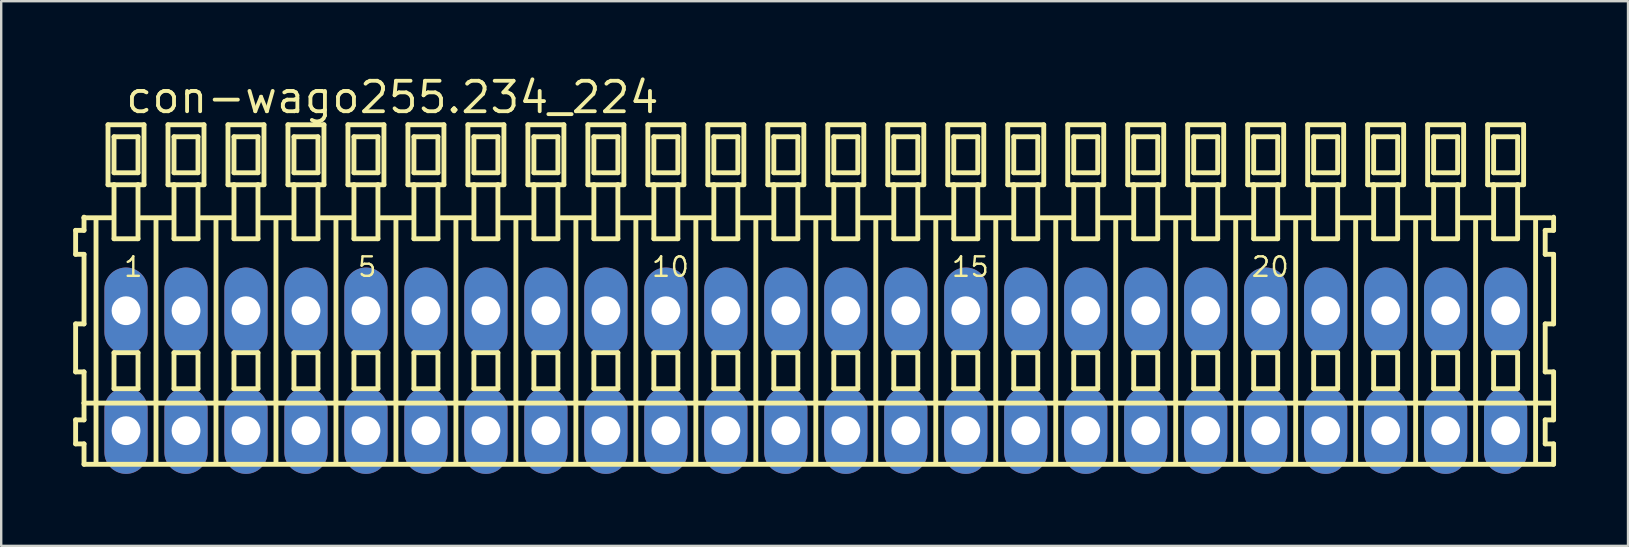
<source format=kicad_pcb>
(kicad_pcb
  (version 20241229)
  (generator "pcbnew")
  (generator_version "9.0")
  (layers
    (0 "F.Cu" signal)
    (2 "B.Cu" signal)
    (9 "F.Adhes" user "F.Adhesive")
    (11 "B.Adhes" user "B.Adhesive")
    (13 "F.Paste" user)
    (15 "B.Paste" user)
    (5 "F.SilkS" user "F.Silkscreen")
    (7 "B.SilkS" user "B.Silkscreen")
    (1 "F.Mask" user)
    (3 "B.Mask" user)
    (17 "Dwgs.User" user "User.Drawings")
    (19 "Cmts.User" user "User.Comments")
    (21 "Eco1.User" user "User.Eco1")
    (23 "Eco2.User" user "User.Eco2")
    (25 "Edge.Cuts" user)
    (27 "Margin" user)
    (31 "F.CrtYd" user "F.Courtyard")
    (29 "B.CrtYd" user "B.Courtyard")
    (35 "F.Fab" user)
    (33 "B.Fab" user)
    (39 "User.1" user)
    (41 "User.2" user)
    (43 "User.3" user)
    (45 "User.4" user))
  (footprint "con-wago255.234_224"
    (layer "F.Cu")
    (at 30.952 12.4)
    (property "Reference" "con-wago255.234_224" (at -28.85 -10.65 0) (layer "F.SilkS") (effects (font (size 1.27 1.27) (thickness 0.16)) (justify left bottom)))
    (attr through_hole)
    (fp_line (start -30.85 -5.85) (end -30.85 -4.85) (stroke (width 0.203) (type default)) (layer "F.SilkS"))
    (fp_line (start -30.85 -4.85) (end -30.5 -4.85) (stroke (width 0.203) (type default)) (layer "F.SilkS"))
    (fp_line (start -30.85 -1.95) (end -30.85 0.05) (stroke (width 0.203) (type default)) (layer "F.SilkS"))
    (fp_line (start -30.85 0.05) (end -30.5 0.05) (stroke (width 0.203) (type default)) (layer "F.SilkS"))
    (fp_line (start -30.85 2.05) (end -30.85 3.05) (stroke (width 0.203) (type default)) (layer "F.SilkS"))
    (fp_line (start -30.85 3.05) (end -30.5 3.05) (stroke (width 0.203) (type default)) (layer "F.SilkS"))
    (fp_line (start -30.5 -6.4) (end -30.5 -6.375) (stroke (width 0.203) (type default)) (layer "F.SilkS"))
    (fp_line (start -30.5 -6.375) (end -30.5 -5.85) (stroke (width 0.203) (type default)) (layer "F.SilkS"))
    (fp_line (start -30.5 -6.375) (end -29.375 -6.375) (stroke (width 0.203) (type default)) (layer "F.SilkS"))
    (fp_line (start -30.5 -5.85) (end -30.85 -5.85) (stroke (width 0.203) (type default)) (layer "F.SilkS"))
    (fp_line (start -30.5 -4.85) (end -30.5 -1.95) (stroke (width 0.203) (type default)) (layer "F.SilkS"))
    (fp_line (start -30.5 -1.95) (end -30.85 -1.95) (stroke (width 0.203) (type default)) (layer "F.SilkS"))
    (fp_line (start -30.5 0.05) (end -30.5 1.35) (stroke (width 0.203) (type default)) (layer "F.SilkS"))
    (fp_line (start -30.5 1.35) (end -30.5 2.05) (stroke (width 0.203) (type default)) (layer "F.SilkS"))
    (fp_line (start -30.5 1.35) (end 30.75 1.35) (stroke (width 0.203) (type default)) (layer "F.SilkS"))
    (fp_line (start -30.5 2.05) (end -30.85 2.05) (stroke (width 0.203) (type default)) (layer "F.SilkS"))
    (fp_line (start -30.5 3.05) (end -30.5 3.9) (stroke (width 0.203) (type default)) (layer "F.SilkS"))
    (fp_line (start -30.5 3.9) (end 30.75 3.9) (stroke (width 0.203) (type default)) (layer "F.SilkS"))
    (fp_line (start -30 -6.35) (end -30 3.8) (stroke (width 0.203) (type default)) (layer "F.SilkS"))
    (fp_line (start -29.5 -10.25) (end -29.5 -7.75) (stroke (width 0.203) (type default)) (layer "F.SilkS"))
    (fp_line (start -29.5 -7.75) (end -29.25 -7.75) (stroke (width 0.203) (type default)) (layer "F.SilkS"))
    (fp_line (start -29.25 -9.75) (end -29.25 -8.25) (stroke (width 0.203) (type default)) (layer "F.SilkS"))
    (fp_line (start -29.25 -8.25) (end -28.25 -8.25) (stroke (width 0.203) (type default)) (layer "F.SilkS"))
    (fp_line (start -29.25 -7.75) (end -29.25 -5.5) (stroke (width 0.203) (type default)) (layer "F.SilkS"))
    (fp_line (start -29.25 -7.75) (end -28.25 -7.75) (stroke (width 0.203) (type default)) (layer "F.SilkS"))
    (fp_line (start -29.25 -5.5) (end -28.25 -5.5) (stroke (width 0.203) (type default)) (layer "F.SilkS"))
    (fp_line (start -29.25 -0.75) (end -29.25 0.75) (stroke (width 0.203) (type default)) (layer "F.SilkS"))
    (fp_line (start -29.25 0.75) (end -28.25 0.75) (stroke (width 0.203) (type default)) (layer "F.SilkS"))
    (fp_line (start -28.25 -9.75) (end -29.25 -9.75) (stroke (width 0.203) (type default)) (layer "F.SilkS"))
    (fp_line (start -28.25 -8.25) (end -28.25 -9.75) (stroke (width 0.203) (type default)) (layer "F.SilkS"))
    (fp_line (start -28.25 -7.75) (end -28 -7.75) (stroke (width 0.203) (type default)) (layer "F.SilkS"))
    (fp_line (start -28.25 -5.5) (end -28.25 -7.75) (stroke (width 0.203) (type default)) (layer "F.SilkS"))
    (fp_line (start -28.25 -0.75) (end -29.25 -0.75) (stroke (width 0.203) (type default)) (layer "F.SilkS"))
    (fp_line (start -28.25 0.75) (end -28.25 -0.75) (stroke (width 0.203) (type default)) (layer "F.SilkS"))
    (fp_line (start -28.125 -6.375) (end -26.875 -6.375) (stroke (width 0.203) (type default)) (layer "F.SilkS"))
    (fp_line (start -28 -10.25) (end -29.5 -10.25) (stroke (width 0.203) (type default)) (layer "F.SilkS"))
    (fp_line (start -28 -7.75) (end -28 -10.25) (stroke (width 0.203) (type default)) (layer "F.SilkS"))
    (fp_line (start -27.5 -6.35) (end -27.5 3.8) (stroke (width 0.203) (type default)) (layer "F.SilkS"))
    (fp_line (start -27 -10.25) (end -27 -7.75) (stroke (width 0.203) (type default)) (layer "F.SilkS"))
    (fp_line (start -27 -7.75) (end -26.75 -7.75) (stroke (width 0.203) (type default)) (layer "F.SilkS"))
    (fp_line (start -26.75 -9.75) (end -26.75 -8.25) (stroke (width 0.203) (type default)) (layer "F.SilkS"))
    (fp_line (start -26.75 -8.25) (end -25.75 -8.25) (stroke (width 0.203) (type default)) (layer "F.SilkS"))
    (fp_line (start -26.75 -7.75) (end -26.75 -5.5) (stroke (width 0.203) (type default)) (layer "F.SilkS"))
    (fp_line (start -26.75 -7.75) (end -25.75 -7.75) (stroke (width 0.203) (type default)) (layer "F.SilkS"))
    (fp_line (start -26.75 -5.5) (end -25.75 -5.5) (stroke (width 0.203) (type default)) (layer "F.SilkS"))
    (fp_line (start -26.75 -0.75) (end -26.75 0.75) (stroke (width 0.203) (type default)) (layer "F.SilkS"))
    (fp_line (start -26.75 0.75) (end -25.75 0.75) (stroke (width 0.203) (type default)) (layer "F.SilkS"))
    (fp_line (start -25.75 -9.75) (end -26.75 -9.75) (stroke (width 0.203) (type default)) (layer "F.SilkS"))
    (fp_line (start -25.75 -8.25) (end -25.75 -9.75) (stroke (width 0.203) (type default)) (layer "F.SilkS"))
    (fp_line (start -25.75 -7.75) (end -25.5 -7.75) (stroke (width 0.203) (type default)) (layer "F.SilkS"))
    (fp_line (start -25.75 -5.5) (end -25.75 -7.75) (stroke (width 0.203) (type default)) (layer "F.SilkS"))
    (fp_line (start -25.75 -0.75) (end -26.75 -0.75) (stroke (width 0.203) (type default)) (layer "F.SilkS"))
    (fp_line (start -25.75 0.75) (end -25.75 -0.75) (stroke (width 0.203) (type default)) (layer "F.SilkS"))
    (fp_line (start -25.625 -6.375) (end -24.375 -6.375) (stroke (width 0.203) (type default)) (layer "F.SilkS"))
    (fp_line (start -25.5 -10.25) (end -27 -10.25) (stroke (width 0.203) (type default)) (layer "F.SilkS"))
    (fp_line (start -25.5 -7.75) (end -25.5 -10.25) (stroke (width 0.203) (type default)) (layer "F.SilkS"))
    (fp_line (start -25 -6.35) (end -25 3.8) (stroke (width 0.203) (type default)) (layer "F.SilkS"))
    (fp_line (start -24.5 -10.25) (end -24.5 -7.75) (stroke (width 0.203) (type default)) (layer "F.SilkS"))
    (fp_line (start -24.5 -7.75) (end -24.25 -7.75) (stroke (width 0.203) (type default)) (layer "F.SilkS"))
    (fp_line (start -24.25 -9.75) (end -24.25 -8.25) (stroke (width 0.203) (type default)) (layer "F.SilkS"))
    (fp_line (start -24.25 -8.25) (end -23.25 -8.25) (stroke (width 0.203) (type default)) (layer "F.SilkS"))
    (fp_line (start -24.25 -7.75) (end -24.25 -5.5) (stroke (width 0.203) (type default)) (layer "F.SilkS"))
    (fp_line (start -24.25 -7.75) (end -23.25 -7.75) (stroke (width 0.203) (type default)) (layer "F.SilkS"))
    (fp_line (start -24.25 -5.5) (end -23.25 -5.5) (stroke (width 0.203) (type default)) (layer "F.SilkS"))
    (fp_line (start -24.25 -0.75) (end -24.25 0.75) (stroke (width 0.203) (type default)) (layer "F.SilkS"))
    (fp_line (start -24.25 0.75) (end -23.25 0.75) (stroke (width 0.203) (type default)) (layer "F.SilkS"))
    (fp_line (start -23.25 -9.75) (end -24.25 -9.75) (stroke (width 0.203) (type default)) (layer "F.SilkS"))
    (fp_line (start -23.25 -8.25) (end -23.25 -9.75) (stroke (width 0.203) (type default)) (layer "F.SilkS"))
    (fp_line (start -23.25 -7.75) (end -23 -7.75) (stroke (width 0.203) (type default)) (layer "F.SilkS"))
    (fp_line (start -23.25 -5.5) (end -23.25 -7.75) (stroke (width 0.203) (type default)) (layer "F.SilkS"))
    (fp_line (start -23.25 -0.75) (end -24.25 -0.75) (stroke (width 0.203) (type default)) (layer "F.SilkS"))
    (fp_line (start -23.25 0.75) (end -23.25 -0.75) (stroke (width 0.203) (type default)) (layer "F.SilkS"))
    (fp_line (start -23.125 -6.375) (end -21.875 -6.375) (stroke (width 0.203) (type default)) (layer "F.SilkS"))
    (fp_line (start -23 -10.25) (end -24.5 -10.25) (stroke (width 0.203) (type default)) (layer "F.SilkS"))
    (fp_line (start -23 -7.75) (end -23 -10.25) (stroke (width 0.203) (type default)) (layer "F.SilkS"))
    (fp_line (start -22.5 -6.35) (end -22.5 3.8) (stroke (width 0.203) (type default)) (layer "F.SilkS"))
    (fp_line (start -22 -10.25) (end -22 -7.75) (stroke (width 0.203) (type default)) (layer "F.SilkS"))
    (fp_line (start -22 -7.75) (end -21.75 -7.75) (stroke (width 0.203) (type default)) (layer "F.SilkS"))
    (fp_line (start -21.75 -9.75) (end -21.75 -8.25) (stroke (width 0.203) (type default)) (layer "F.SilkS"))
    (fp_line (start -21.75 -8.25) (end -20.75 -8.25) (stroke (width 0.203) (type default)) (layer "F.SilkS"))
    (fp_line (start -21.75 -7.75) (end -21.75 -5.5) (stroke (width 0.203) (type default)) (layer "F.SilkS"))
    (fp_line (start -21.75 -7.75) (end -20.75 -7.75) (stroke (width 0.203) (type default)) (layer "F.SilkS"))
    (fp_line (start -21.75 -5.5) (end -20.75 -5.5) (stroke (width 0.203) (type default)) (layer "F.SilkS"))
    (fp_line (start -21.75 -0.75) (end -21.75 0.75) (stroke (width 0.203) (type default)) (layer "F.SilkS"))
    (fp_line (start -21.75 0.75) (end -20.75 0.75) (stroke (width 0.203) (type default)) (layer "F.SilkS"))
    (fp_line (start -20.75 -9.75) (end -21.75 -9.75) (stroke (width 0.203) (type default)) (layer "F.SilkS"))
    (fp_line (start -20.75 -8.25) (end -20.75 -9.75) (stroke (width 0.203) (type default)) (layer "F.SilkS"))
    (fp_line (start -20.75 -7.75) (end -20.5 -7.75) (stroke (width 0.203) (type default)) (layer "F.SilkS"))
    (fp_line (start -20.75 -5.5) (end -20.75 -7.75) (stroke (width 0.203) (type default)) (layer "F.SilkS"))
    (fp_line (start -20.75 -0.75) (end -21.75 -0.75) (stroke (width 0.203) (type default)) (layer "F.SilkS"))
    (fp_line (start -20.75 0.75) (end -20.75 -0.75) (stroke (width 0.203) (type default)) (layer "F.SilkS"))
    (fp_line (start -20.625 -6.375) (end -19.375 -6.375) (stroke (width 0.203) (type default)) (layer "F.SilkS"))
    (fp_line (start -20.5 -10.25) (end -22 -10.25) (stroke (width 0.203) (type default)) (layer "F.SilkS"))
    (fp_line (start -20.5 -7.75) (end -20.5 -10.25) (stroke (width 0.203) (type default)) (layer "F.SilkS"))
    (fp_line (start -20 -6.35) (end -20 3.8) (stroke (width 0.203) (type default)) (layer "F.SilkS"))
    (fp_line (start -19.5 -10.25) (end -19.5 -7.75) (stroke (width 0.203) (type default)) (layer "F.SilkS"))
    (fp_line (start -19.5 -7.75) (end -19.25 -7.75) (stroke (width 0.203) (type default)) (layer "F.SilkS"))
    (fp_line (start -19.25 -9.75) (end -19.25 -8.25) (stroke (width 0.203) (type default)) (layer "F.SilkS"))
    (fp_line (start -19.25 -8.25) (end -18.25 -8.25) (stroke (width 0.203) (type default)) (layer "F.SilkS"))
    (fp_line (start -19.25 -7.75) (end -19.25 -5.5) (stroke (width 0.203) (type default)) (layer "F.SilkS"))
    (fp_line (start -19.25 -7.75) (end -18.25 -7.75) (stroke (width 0.203) (type default)) (layer "F.SilkS"))
    (fp_line (start -19.25 -5.5) (end -18.25 -5.5) (stroke (width 0.203) (type default)) (layer "F.SilkS"))
    (fp_line (start -19.25 -0.75) (end -19.25 0.75) (stroke (width 0.203) (type default)) (layer "F.SilkS"))
    (fp_line (start -19.25 0.75) (end -18.25 0.75) (stroke (width 0.203) (type default)) (layer "F.SilkS"))
    (fp_line (start -18.25 -9.75) (end -19.25 -9.75) (stroke (width 0.203) (type default)) (layer "F.SilkS"))
    (fp_line (start -18.25 -8.25) (end -18.25 -9.75) (stroke (width 0.203) (type default)) (layer "F.SilkS"))
    (fp_line (start -18.25 -7.75) (end -18 -7.75) (stroke (width 0.203) (type default)) (layer "F.SilkS"))
    (fp_line (start -18.25 -5.5) (end -18.25 -7.75) (stroke (width 0.203) (type default)) (layer "F.SilkS"))
    (fp_line (start -18.25 -0.75) (end -19.25 -0.75) (stroke (width 0.203) (type default)) (layer "F.SilkS"))
    (fp_line (start -18.25 0.75) (end -18.25 -0.75) (stroke (width 0.203) (type default)) (layer "F.SilkS"))
    (fp_line (start -18.125 -6.375) (end -16.875 -6.375) (stroke (width 0.203) (type default)) (layer "F.SilkS"))
    (fp_line (start -18 -10.25) (end -19.5 -10.25) (stroke (width 0.203) (type default)) (layer "F.SilkS"))
    (fp_line (start -18 -7.75) (end -18 -10.25) (stroke (width 0.203) (type default)) (layer "F.SilkS"))
    (fp_line (start -17.5 -6.35) (end -17.5 3.8) (stroke (width 0.203) (type default)) (layer "F.SilkS"))
    (fp_line (start -17 -10.25) (end -17 -7.75) (stroke (width 0.203) (type default)) (layer "F.SilkS"))
    (fp_line (start -17 -7.75) (end -16.75 -7.75) (stroke (width 0.203) (type default)) (layer "F.SilkS"))
    (fp_line (start -16.75 -9.75) (end -16.75 -8.25) (stroke (width 0.203) (type default)) (layer "F.SilkS"))
    (fp_line (start -16.75 -8.25) (end -15.75 -8.25) (stroke (width 0.203) (type default)) (layer "F.SilkS"))
    (fp_line (start -16.75 -7.75) (end -16.75 -5.5) (stroke (width 0.203) (type default)) (layer "F.SilkS"))
    (fp_line (start -16.75 -7.75) (end -15.75 -7.75) (stroke (width 0.203) (type default)) (layer "F.SilkS"))
    (fp_line (start -16.75 -5.5) (end -15.75 -5.5) (stroke (width 0.203) (type default)) (layer "F.SilkS"))
    (fp_line (start -16.75 -0.75) (end -16.75 0.75) (stroke (width 0.203) (type default)) (layer "F.SilkS"))
    (fp_line (start -16.75 0.75) (end -15.75 0.75) (stroke (width 0.203) (type default)) (layer "F.SilkS"))
    (fp_line (start -15.75 -9.75) (end -16.75 -9.75) (stroke (width 0.203) (type default)) (layer "F.SilkS"))
    (fp_line (start -15.75 -8.25) (end -15.75 -9.75) (stroke (width 0.203) (type default)) (layer "F.SilkS"))
    (fp_line (start -15.75 -7.75) (end -15.5 -7.75) (stroke (width 0.203) (type default)) (layer "F.SilkS"))
    (fp_line (start -15.75 -5.5) (end -15.75 -7.75) (stroke (width 0.203) (type default)) (layer "F.SilkS"))
    (fp_line (start -15.75 -0.75) (end -16.75 -0.75) (stroke (width 0.203) (type default)) (layer "F.SilkS"))
    (fp_line (start -15.75 0.75) (end -15.75 -0.75) (stroke (width 0.203) (type default)) (layer "F.SilkS"))
    (fp_line (start -15.625 -6.375) (end -14.375 -6.375) (stroke (width 0.203) (type default)) (layer "F.SilkS"))
    (fp_line (start -15.5 -10.25) (end -17 -10.25) (stroke (width 0.203) (type default)) (layer "F.SilkS"))
    (fp_line (start -15.5 -7.75) (end -15.5 -10.25) (stroke (width 0.203) (type default)) (layer "F.SilkS"))
    (fp_line (start -15 -6.35) (end -15 3.8) (stroke (width 0.203) (type default)) (layer "F.SilkS"))
    (fp_line (start -14.5 -10.25) (end -14.5 -7.75) (stroke (width 0.203) (type default)) (layer "F.SilkS"))
    (fp_line (start -14.5 -7.75) (end -14.25 -7.75) (stroke (width 0.203) (type default)) (layer "F.SilkS"))
    (fp_line (start -14.25 -9.75) (end -14.25 -8.25) (stroke (width 0.203) (type default)) (layer "F.SilkS"))
    (fp_line (start -14.25 -8.25) (end -13.25 -8.25) (stroke (width 0.203) (type default)) (layer "F.SilkS"))
    (fp_line (start -14.25 -7.75) (end -14.25 -5.5) (stroke (width 0.203) (type default)) (layer "F.SilkS"))
    (fp_line (start -14.25 -7.75) (end -13.25 -7.75) (stroke (width 0.203) (type default)) (layer "F.SilkS"))
    (fp_line (start -14.25 -5.5) (end -13.25 -5.5) (stroke (width 0.203) (type default)) (layer "F.SilkS"))
    (fp_line (start -14.25 -0.75) (end -14.25 0.75) (stroke (width 0.203) (type default)) (layer "F.SilkS"))
    (fp_line (start -14.25 0.75) (end -13.25 0.75) (stroke (width 0.203) (type default)) (layer "F.SilkS"))
    (fp_line (start -13.25 -9.75) (end -14.25 -9.75) (stroke (width 0.203) (type default)) (layer "F.SilkS"))
    (fp_line (start -13.25 -8.25) (end -13.25 -9.75) (stroke (width 0.203) (type default)) (layer "F.SilkS"))
    (fp_line (start -13.25 -7.75) (end -13 -7.75) (stroke (width 0.203) (type default)) (layer "F.SilkS"))
    (fp_line (start -13.25 -5.5) (end -13.25 -7.75) (stroke (width 0.203) (type default)) (layer "F.SilkS"))
    (fp_line (start -13.25 -0.75) (end -14.25 -0.75) (stroke (width 0.203) (type default)) (layer "F.SilkS"))
    (fp_line (start -13.25 0.75) (end -13.25 -0.75) (stroke (width 0.203) (type default)) (layer "F.SilkS"))
    (fp_line (start -13.125 -6.375) (end -11.875 -6.375) (stroke (width 0.203) (type default)) (layer "F.SilkS"))
    (fp_line (start -13 -10.25) (end -14.5 -10.25) (stroke (width 0.203) (type default)) (layer "F.SilkS"))
    (fp_line (start -13 -7.75) (end -13 -10.25) (stroke (width 0.203) (type default)) (layer "F.SilkS"))
    (fp_line (start -12.5 -6.35) (end -12.5 3.8) (stroke (width 0.203) (type default)) (layer "F.SilkS"))
    (fp_line (start -12 -10.25) (end -12 -7.75) (stroke (width 0.203) (type default)) (layer "F.SilkS"))
    (fp_line (start -12 -7.75) (end -11.75 -7.75) (stroke (width 0.203) (type default)) (layer "F.SilkS"))
    (fp_line (start -11.75 -9.75) (end -11.75 -8.25) (stroke (width 0.203) (type default)) (layer "F.SilkS"))
    (fp_line (start -11.75 -8.25) (end -10.75 -8.25) (stroke (width 0.203) (type default)) (layer "F.SilkS"))
    (fp_line (start -11.75 -7.75) (end -11.75 -5.5) (stroke (width 0.203) (type default)) (layer "F.SilkS"))
    (fp_line (start -11.75 -7.75) (end -10.75 -7.75) (stroke (width 0.203) (type default)) (layer "F.SilkS"))
    (fp_line (start -11.75 -5.5) (end -10.75 -5.5) (stroke (width 0.203) (type default)) (layer "F.SilkS"))
    (fp_line (start -11.75 -0.75) (end -11.75 0.75) (stroke (width 0.203) (type default)) (layer "F.SilkS"))
    (fp_line (start -11.75 0.75) (end -10.75 0.75) (stroke (width 0.203) (type default)) (layer "F.SilkS"))
    (fp_line (start -10.75 -9.75) (end -11.75 -9.75) (stroke (width 0.203) (type default)) (layer "F.SilkS"))
    (fp_line (start -10.75 -8.25) (end -10.75 -9.75) (stroke (width 0.203) (type default)) (layer "F.SilkS"))
    (fp_line (start -10.75 -7.75) (end -10.5 -7.75) (stroke (width 0.203) (type default)) (layer "F.SilkS"))
    (fp_line (start -10.75 -5.5) (end -10.75 -7.75) (stroke (width 0.203) (type default)) (layer "F.SilkS"))
    (fp_line (start -10.75 -0.75) (end -11.75 -0.75) (stroke (width 0.203) (type default)) (layer "F.SilkS"))
    (fp_line (start -10.75 0.75) (end -10.75 -0.75) (stroke (width 0.203) (type default)) (layer "F.SilkS"))
    (fp_line (start -10.625 -6.375) (end -9.375 -6.375) (stroke (width 0.203) (type default)) (layer "F.SilkS"))
    (fp_line (start -10.5 -10.25) (end -12 -10.25) (stroke (width 0.203) (type default)) (layer "F.SilkS"))
    (fp_line (start -10.5 -7.75) (end -10.5 -10.25) (stroke (width 0.203) (type default)) (layer "F.SilkS"))
    (fp_line (start -10 -6.35) (end -10 3.8) (stroke (width 0.203) (type default)) (layer "F.SilkS"))
    (fp_line (start -9.5 -10.25) (end -9.5 -7.75) (stroke (width 0.203) (type default)) (layer "F.SilkS"))
    (fp_line (start -9.5 -7.75) (end -9.25 -7.75) (stroke (width 0.203) (type default)) (layer "F.SilkS"))
    (fp_line (start -9.25 -9.75) (end -9.25 -8.25) (stroke (width 0.203) (type default)) (layer "F.SilkS"))
    (fp_line (start -9.25 -8.25) (end -8.25 -8.25) (stroke (width 0.203) (type default)) (layer "F.SilkS"))
    (fp_line (start -9.25 -7.75) (end -9.25 -5.5) (stroke (width 0.203) (type default)) (layer "F.SilkS"))
    (fp_line (start -9.25 -7.75) (end -8.25 -7.75) (stroke (width 0.203) (type default)) (layer "F.SilkS"))
    (fp_line (start -9.25 -5.5) (end -8.25 -5.5) (stroke (width 0.203) (type default)) (layer "F.SilkS"))
    (fp_line (start -9.25 -0.75) (end -9.25 0.75) (stroke (width 0.203) (type default)) (layer "F.SilkS"))
    (fp_line (start -9.25 0.75) (end -8.25 0.75) (stroke (width 0.203) (type default)) (layer "F.SilkS"))
    (fp_line (start -8.25 -9.75) (end -9.25 -9.75) (stroke (width 0.203) (type default)) (layer "F.SilkS"))
    (fp_line (start -8.25 -8.25) (end -8.25 -9.75) (stroke (width 0.203) (type default)) (layer "F.SilkS"))
    (fp_line (start -8.25 -7.75) (end -8 -7.75) (stroke (width 0.203) (type default)) (layer "F.SilkS"))
    (fp_line (start -8.25 -5.5) (end -8.25 -7.75) (stroke (width 0.203) (type default)) (layer "F.SilkS"))
    (fp_line (start -8.25 -0.75) (end -9.25 -0.75) (stroke (width 0.203) (type default)) (layer "F.SilkS"))
    (fp_line (start -8.25 0.75) (end -8.25 -0.75) (stroke (width 0.203) (type default)) (layer "F.SilkS"))
    (fp_line (start -8.125 -6.375) (end -6.875 -6.375) (stroke (width 0.203) (type default)) (layer "F.SilkS"))
    (fp_line (start -8 -10.25) (end -9.5 -10.25) (stroke (width 0.203) (type default)) (layer "F.SilkS"))
    (fp_line (start -8 -7.75) (end -8 -10.25) (stroke (width 0.203) (type default)) (layer "F.SilkS"))
    (fp_line (start -7.5 -6.35) (end -7.5 3.8) (stroke (width 0.203) (type default)) (layer "F.SilkS"))
    (fp_line (start -7 -10.25) (end -7 -7.75) (stroke (width 0.203) (type default)) (layer "F.SilkS"))
    (fp_line (start -7 -7.75) (end -6.75 -7.75) (stroke (width 0.203) (type default)) (layer "F.SilkS"))
    (fp_line (start -6.75 -9.75) (end -6.75 -8.25) (stroke (width 0.203) (type default)) (layer "F.SilkS"))
    (fp_line (start -6.75 -8.25) (end -5.75 -8.25) (stroke (width 0.203) (type default)) (layer "F.SilkS"))
    (fp_line (start -6.75 -7.75) (end -6.75 -5.5) (stroke (width 0.203) (type default)) (layer "F.SilkS"))
    (fp_line (start -6.75 -7.75) (end -5.75 -7.75) (stroke (width 0.203) (type default)) (layer "F.SilkS"))
    (fp_line (start -6.75 -5.5) (end -5.75 -5.5) (stroke (width 0.203) (type default)) (layer "F.SilkS"))
    (fp_line (start -6.75 -0.75) (end -6.75 0.75) (stroke (width 0.203) (type default)) (layer "F.SilkS"))
    (fp_line (start -6.75 0.75) (end -5.75 0.75) (stroke (width 0.203) (type default)) (layer "F.SilkS"))
    (fp_line (start -5.75 -9.75) (end -6.75 -9.75) (stroke (width 0.203) (type default)) (layer "F.SilkS"))
    (fp_line (start -5.75 -8.25) (end -5.75 -9.75) (stroke (width 0.203) (type default)) (layer "F.SilkS"))
    (fp_line (start -5.75 -7.75) (end -5.5 -7.75) (stroke (width 0.203) (type default)) (layer "F.SilkS"))
    (fp_line (start -5.75 -5.5) (end -5.75 -7.75) (stroke (width 0.203) (type default)) (layer "F.SilkS"))
    (fp_line (start -5.75 -0.75) (end -6.75 -0.75) (stroke (width 0.203) (type default)) (layer "F.SilkS"))
    (fp_line (start -5.75 0.75) (end -5.75 -0.75) (stroke (width 0.203) (type default)) (layer "F.SilkS"))
    (fp_line (start -5.625 -6.375) (end -4.375 -6.375) (stroke (width 0.203) (type default)) (layer "F.SilkS"))
    (fp_line (start -5.5 -10.25) (end -7 -10.25) (stroke (width 0.203) (type default)) (layer "F.SilkS"))
    (fp_line (start -5.5 -7.75) (end -5.5 -10.25) (stroke (width 0.203) (type default)) (layer "F.SilkS"))
    (fp_line (start -5 -6.35) (end -5 3.8) (stroke (width 0.203) (type default)) (layer "F.SilkS"))
    (fp_line (start -4.5 -10.25) (end -4.5 -7.75) (stroke (width 0.203) (type default)) (layer "F.SilkS"))
    (fp_line (start -4.5 -7.75) (end -4.25 -7.75) (stroke (width 0.203) (type default)) (layer "F.SilkS"))
    (fp_line (start -4.25 -9.75) (end -4.25 -8.25) (stroke (width 0.203) (type default)) (layer "F.SilkS"))
    (fp_line (start -4.25 -8.25) (end -3.25 -8.25) (stroke (width 0.203) (type default)) (layer "F.SilkS"))
    (fp_line (start -4.25 -7.75) (end -4.25 -5.5) (stroke (width 0.203) (type default)) (layer "F.SilkS"))
    (fp_line (start -4.25 -7.75) (end -3.25 -7.75) (stroke (width 0.203) (type default)) (layer "F.SilkS"))
    (fp_line (start -4.25 -5.5) (end -3.25 -5.5) (stroke (width 0.203) (type default)) (layer "F.SilkS"))
    (fp_line (start -4.25 -0.75) (end -4.25 0.75) (stroke (width 0.203) (type default)) (layer "F.SilkS"))
    (fp_line (start -4.25 0.75) (end -3.25 0.75) (stroke (width 0.203) (type default)) (layer "F.SilkS"))
    (fp_line (start -3.25 -9.75) (end -4.25 -9.75) (stroke (width 0.203) (type default)) (layer "F.SilkS"))
    (fp_line (start -3.25 -8.25) (end -3.25 -9.75) (stroke (width 0.203) (type default)) (layer "F.SilkS"))
    (fp_line (start -3.25 -7.75) (end -3 -7.75) (stroke (width 0.203) (type default)) (layer "F.SilkS"))
    (fp_line (start -3.25 -5.5) (end -3.25 -7.75) (stroke (width 0.203) (type default)) (layer "F.SilkS"))
    (fp_line (start -3.25 -0.75) (end -4.25 -0.75) (stroke (width 0.203) (type default)) (layer "F.SilkS"))
    (fp_line (start -3.25 0.75) (end -3.25 -0.75) (stroke (width 0.203) (type default)) (layer "F.SilkS"))
    (fp_line (start -3.125 -6.375) (end -1.875 -6.375) (stroke (width 0.203) (type default)) (layer "F.SilkS"))
    (fp_line (start -3 -10.25) (end -4.5 -10.25) (stroke (width 0.203) (type default)) (layer "F.SilkS"))
    (fp_line (start -3 -7.75) (end -3 -10.25) (stroke (width 0.203) (type default)) (layer "F.SilkS"))
    (fp_line (start -2.5 -6.35) (end -2.5 3.8) (stroke (width 0.203) (type default)) (layer "F.SilkS"))
    (fp_line (start -2 -10.25) (end -2 -7.75) (stroke (width 0.203) (type default)) (layer "F.SilkS"))
    (fp_line (start -2 -7.75) (end -1.75 -7.75) (stroke (width 0.203) (type default)) (layer "F.SilkS"))
    (fp_line (start -1.75 -9.75) (end -1.75 -8.25) (stroke (width 0.203) (type default)) (layer "F.SilkS"))
    (fp_line (start -1.75 -8.25) (end -0.75 -8.25) (stroke (width 0.203) (type default)) (layer "F.SilkS"))
    (fp_line (start -1.75 -7.75) (end -1.75 -5.5) (stroke (width 0.203) (type default)) (layer "F.SilkS"))
    (fp_line (start -1.75 -7.75) (end -0.75 -7.75) (stroke (width 0.203) (type default)) (layer "F.SilkS"))
    (fp_line (start -1.75 -5.5) (end -0.75 -5.5) (stroke (width 0.203) (type default)) (layer "F.SilkS"))
    (fp_line (start -1.75 -0.75) (end -1.75 0.75) (stroke (width 0.203) (type default)) (layer "F.SilkS"))
    (fp_line (start -1.75 0.75) (end -0.75 0.75) (stroke (width 0.203) (type default)) (layer "F.SilkS"))
    (fp_line (start -0.75 -9.75) (end -1.75 -9.75) (stroke (width 0.203) (type default)) (layer "F.SilkS"))
    (fp_line (start -0.75 -8.25) (end -0.75 -9.75) (stroke (width 0.203) (type default)) (layer "F.SilkS"))
    (fp_line (start -0.75 -7.75) (end -0.5 -7.75) (stroke (width 0.203) (type default)) (layer "F.SilkS"))
    (fp_line (start -0.75 -5.5) (end -0.75 -7.75) (stroke (width 0.203) (type default)) (layer "F.SilkS"))
    (fp_line (start -0.75 -0.75) (end -1.75 -0.75) (stroke (width 0.203) (type default)) (layer "F.SilkS"))
    (fp_line (start -0.75 0.75) (end -0.75 -0.75) (stroke (width 0.203) (type default)) (layer "F.SilkS"))
    (fp_line (start -0.625 -6.375) (end 0.625 -6.375) (stroke (width 0.203) (type default)) (layer "F.SilkS"))
    (fp_line (start -0.5 -10.25) (end -2 -10.25) (stroke (width 0.203) (type default)) (layer "F.SilkS"))
    (fp_line (start -0.5 -7.75) (end -0.5 -10.25) (stroke (width 0.203) (type default)) (layer "F.SilkS"))
    (fp_line (start 0 -6.35) (end 0 3.8) (stroke (width 0.203) (type default)) (layer "F.SilkS"))
    (fp_line (start 0.5 -10.25) (end 0.5 -7.75) (stroke (width 0.203) (type default)) (layer "F.SilkS"))
    (fp_line (start 0.5 -7.75) (end 0.75 -7.75) (stroke (width 0.203) (type default)) (layer "F.SilkS"))
    (fp_line (start 0.75 -9.75) (end 0.75 -8.25) (stroke (width 0.203) (type default)) (layer "F.SilkS"))
    (fp_line (start 0.75 -8.25) (end 1.75 -8.25) (stroke (width 0.203) (type default)) (layer "F.SilkS"))
    (fp_line (start 0.75 -7.75) (end 0.75 -5.5) (stroke (width 0.203) (type default)) (layer "F.SilkS"))
    (fp_line (start 0.75 -7.75) (end 1.75 -7.75) (stroke (width 0.203) (type default)) (layer "F.SilkS"))
    (fp_line (start 0.75 -5.5) (end 1.75 -5.5) (stroke (width 0.203) (type default)) (layer "F.SilkS"))
    (fp_line (start 0.75 -0.75) (end 0.75 0.75) (stroke (width 0.203) (type default)) (layer "F.SilkS"))
    (fp_line (start 0.75 0.75) (end 1.75 0.75) (stroke (width 0.203) (type default)) (layer "F.SilkS"))
    (fp_line (start 1.75 -9.75) (end 0.75 -9.75) (stroke (width 0.203) (type default)) (layer "F.SilkS"))
    (fp_line (start 1.75 -8.25) (end 1.75 -9.75) (stroke (width 0.203) (type default)) (layer "F.SilkS"))
    (fp_line (start 1.75 -7.75) (end 2 -7.75) (stroke (width 0.203) (type default)) (layer "F.SilkS"))
    (fp_line (start 1.75 -5.5) (end 1.75 -7.75) (stroke (width 0.203) (type default)) (layer "F.SilkS"))
    (fp_line (start 1.75 -0.75) (end 0.75 -0.75) (stroke (width 0.203) (type default)) (layer "F.SilkS"))
    (fp_line (start 1.75 0.75) (end 1.75 -0.75) (stroke (width 0.203) (type default)) (layer "F.SilkS"))
    (fp_line (start 1.875 -6.375) (end 3.125 -6.375) (stroke (width 0.203) (type default)) (layer "F.SilkS"))
    (fp_line (start 2 -10.25) (end 0.5 -10.25) (stroke (width 0.203) (type default)) (layer "F.SilkS"))
    (fp_line (start 2 -7.75) (end 2 -10.25) (stroke (width 0.203) (type default)) (layer "F.SilkS"))
    (fp_line (start 2.5 -6.35) (end 2.5 3.8) (stroke (width 0.203) (type default)) (layer "F.SilkS"))
    (fp_line (start 3 -10.25) (end 3 -7.75) (stroke (width 0.203) (type default)) (layer "F.SilkS"))
    (fp_line (start 3 -7.75) (end 3.25 -7.75) (stroke (width 0.203) (type default)) (layer "F.SilkS"))
    (fp_line (start 3.25 -9.75) (end 3.25 -8.25) (stroke (width 0.203) (type default)) (layer "F.SilkS"))
    (fp_line (start 3.25 -8.25) (end 4.25 -8.25) (stroke (width 0.203) (type default)) (layer "F.SilkS"))
    (fp_line (start 3.25 -7.75) (end 3.25 -5.5) (stroke (width 0.203) (type default)) (layer "F.SilkS"))
    (fp_line (start 3.25 -7.75) (end 4.25 -7.75) (stroke (width 0.203) (type default)) (layer "F.SilkS"))
    (fp_line (start 3.25 -5.5) (end 4.25 -5.5) (stroke (width 0.203) (type default)) (layer "F.SilkS"))
    (fp_line (start 3.25 -0.75) (end 3.25 0.75) (stroke (width 0.203) (type default)) (layer "F.SilkS"))
    (fp_line (start 3.25 0.75) (end 4.25 0.75) (stroke (width 0.203) (type default)) (layer "F.SilkS"))
    (fp_line (start 4.25 -9.75) (end 3.25 -9.75) (stroke (width 0.203) (type default)) (layer "F.SilkS"))
    (fp_line (start 4.25 -8.25) (end 4.25 -9.75) (stroke (width 0.203) (type default)) (layer "F.SilkS"))
    (fp_line (start 4.25 -7.75) (end 4.5 -7.75) (stroke (width 0.203) (type default)) (layer "F.SilkS"))
    (fp_line (start 4.25 -5.5) (end 4.25 -7.75) (stroke (width 0.203) (type default)) (layer "F.SilkS"))
    (fp_line (start 4.25 -0.75) (end 3.25 -0.75) (stroke (width 0.203) (type default)) (layer "F.SilkS"))
    (fp_line (start 4.25 0.75) (end 4.25 -0.75) (stroke (width 0.203) (type default)) (layer "F.SilkS"))
    (fp_line (start 4.375 -6.375) (end 5.625 -6.375) (stroke (width 0.203) (type default)) (layer "F.SilkS"))
    (fp_line (start 4.5 -10.25) (end 3 -10.25) (stroke (width 0.203) (type default)) (layer "F.SilkS"))
    (fp_line (start 4.5 -7.75) (end 4.5 -10.25) (stroke (width 0.203) (type default)) (layer "F.SilkS"))
    (fp_line (start 5 -6.35) (end 5 3.8) (stroke (width 0.203) (type default)) (layer "F.SilkS"))
    (fp_line (start 5.5 -10.25) (end 5.5 -7.75) (stroke (width 0.203) (type default)) (layer "F.SilkS"))
    (fp_line (start 5.5 -7.75) (end 5.75 -7.75) (stroke (width 0.203) (type default)) (layer "F.SilkS"))
    (fp_line (start 5.75 -9.75) (end 5.75 -8.25) (stroke (width 0.203) (type default)) (layer "F.SilkS"))
    (fp_line (start 5.75 -8.25) (end 6.75 -8.25) (stroke (width 0.203) (type default)) (layer "F.SilkS"))
    (fp_line (start 5.75 -7.75) (end 5.75 -5.5) (stroke (width 0.203) (type default)) (layer "F.SilkS"))
    (fp_line (start 5.75 -7.75) (end 6.75 -7.75) (stroke (width 0.203) (type default)) (layer "F.SilkS"))
    (fp_line (start 5.75 -5.5) (end 6.75 -5.5) (stroke (width 0.203) (type default)) (layer "F.SilkS"))
    (fp_line (start 5.75 -0.75) (end 5.75 0.75) (stroke (width 0.203) (type default)) (layer "F.SilkS"))
    (fp_line (start 5.75 0.75) (end 6.75 0.75) (stroke (width 0.203) (type default)) (layer "F.SilkS"))
    (fp_line (start 6.75 -9.75) (end 5.75 -9.75) (stroke (width 0.203) (type default)) (layer "F.SilkS"))
    (fp_line (start 6.75 -8.25) (end 6.75 -9.75) (stroke (width 0.203) (type default)) (layer "F.SilkS"))
    (fp_line (start 6.75 -7.75) (end 7 -7.75) (stroke (width 0.203) (type default)) (layer "F.SilkS"))
    (fp_line (start 6.75 -5.5) (end 6.75 -7.75) (stroke (width 0.203) (type default)) (layer "F.SilkS"))
    (fp_line (start 6.75 -0.75) (end 5.75 -0.75) (stroke (width 0.203) (type default)) (layer "F.SilkS"))
    (fp_line (start 6.75 0.75) (end 6.75 -0.75) (stroke (width 0.203) (type default)) (layer "F.SilkS"))
    (fp_line (start 6.875 -6.375) (end 8.125 -6.375) (stroke (width 0.203) (type default)) (layer "F.SilkS"))
    (fp_line (start 7 -10.25) (end 5.5 -10.25) (stroke (width 0.203) (type default)) (layer "F.SilkS"))
    (fp_line (start 7 -7.75) (end 7 -10.25) (stroke (width 0.203) (type default)) (layer "F.SilkS"))
    (fp_line (start 7.5 -6.35) (end 7.5 3.8) (stroke (width 0.203) (type default)) (layer "F.SilkS"))
    (fp_line (start 8 -10.25) (end 8 -7.75) (stroke (width 0.203) (type default)) (layer "F.SilkS"))
    (fp_line (start 8 -7.75) (end 8.25 -7.75) (stroke (width 0.203) (type default)) (layer "F.SilkS"))
    (fp_line (start 8.25 -9.75) (end 8.25 -8.25) (stroke (width 0.203) (type default)) (layer "F.SilkS"))
    (fp_line (start 8.25 -8.25) (end 9.25 -8.25) (stroke (width 0.203) (type default)) (layer "F.SilkS"))
    (fp_line (start 8.25 -7.75) (end 8.25 -5.5) (stroke (width 0.203) (type default)) (layer "F.SilkS"))
    (fp_line (start 8.25 -7.75) (end 9.25 -7.75) (stroke (width 0.203) (type default)) (layer "F.SilkS"))
    (fp_line (start 8.25 -5.5) (end 9.25 -5.5) (stroke (width 0.203) (type default)) (layer "F.SilkS"))
    (fp_line (start 8.25 -0.75) (end 8.25 0.75) (stroke (width 0.203) (type default)) (layer "F.SilkS"))
    (fp_line (start 8.25 0.75) (end 9.25 0.75) (stroke (width 0.203) (type default)) (layer "F.SilkS"))
    (fp_line (start 9.25 -9.75) (end 8.25 -9.75) (stroke (width 0.203) (type default)) (layer "F.SilkS"))
    (fp_line (start 9.25 -8.25) (end 9.25 -9.75) (stroke (width 0.203) (type default)) (layer "F.SilkS"))
    (fp_line (start 9.25 -7.75) (end 9.5 -7.75) (stroke (width 0.203) (type default)) (layer "F.SilkS"))
    (fp_line (start 9.25 -5.5) (end 9.25 -7.75) (stroke (width 0.203) (type default)) (layer "F.SilkS"))
    (fp_line (start 9.25 -0.75) (end 8.25 -0.75) (stroke (width 0.203) (type default)) (layer "F.SilkS"))
    (fp_line (start 9.25 0.75) (end 9.25 -0.75) (stroke (width 0.203) (type default)) (layer "F.SilkS"))
    (fp_line (start 9.375 -6.375) (end 10.625 -6.375) (stroke (width 0.203) (type default)) (layer "F.SilkS"))
    (fp_line (start 9.5 -10.25) (end 8 -10.25) (stroke (width 0.203) (type default)) (layer "F.SilkS"))
    (fp_line (start 9.5 -7.75) (end 9.5 -10.25) (stroke (width 0.203) (type default)) (layer "F.SilkS"))
    (fp_line (start 10 -6.35) (end 10 3.8) (stroke (width 0.203) (type default)) (layer "F.SilkS"))
    (fp_line (start 10.5 -10.25) (end 10.5 -7.75) (stroke (width 0.203) (type default)) (layer "F.SilkS"))
    (fp_line (start 10.5 -7.75) (end 10.75 -7.75) (stroke (width 0.203) (type default)) (layer "F.SilkS"))
    (fp_line (start 10.75 -9.75) (end 10.75 -8.25) (stroke (width 0.203) (type default)) (layer "F.SilkS"))
    (fp_line (start 10.75 -8.25) (end 11.75 -8.25) (stroke (width 0.203) (type default)) (layer "F.SilkS"))
    (fp_line (start 10.75 -7.75) (end 10.75 -5.5) (stroke (width 0.203) (type default)) (layer "F.SilkS"))
    (fp_line (start 10.75 -7.75) (end 11.75 -7.75) (stroke (width 0.203) (type default)) (layer "F.SilkS"))
    (fp_line (start 10.75 -5.5) (end 11.75 -5.5) (stroke (width 0.203) (type default)) (layer "F.SilkS"))
    (fp_line (start 10.75 -0.75) (end 10.75 0.75) (stroke (width 0.203) (type default)) (layer "F.SilkS"))
    (fp_line (start 10.75 0.75) (end 11.75 0.75) (stroke (width 0.203) (type default)) (layer "F.SilkS"))
    (fp_line (start 11.75 -9.75) (end 10.75 -9.75) (stroke (width 0.203) (type default)) (layer "F.SilkS"))
    (fp_line (start 11.75 -8.25) (end 11.75 -9.75) (stroke (width 0.203) (type default)) (layer "F.SilkS"))
    (fp_line (start 11.75 -7.75) (end 12 -7.75) (stroke (width 0.203) (type default)) (layer "F.SilkS"))
    (fp_line (start 11.75 -5.5) (end 11.75 -7.75) (stroke (width 0.203) (type default)) (layer "F.SilkS"))
    (fp_line (start 11.75 -0.75) (end 10.75 -0.75) (stroke (width 0.203) (type default)) (layer "F.SilkS"))
    (fp_line (start 11.75 0.75) (end 11.75 -0.75) (stroke (width 0.203) (type default)) (layer "F.SilkS"))
    (fp_line (start 11.875 -6.375) (end 13.125 -6.375) (stroke (width 0.203) (type default)) (layer "F.SilkS"))
    (fp_line (start 12 -10.25) (end 10.5 -10.25) (stroke (width 0.203) (type default)) (layer "F.SilkS"))
    (fp_line (start 12 -7.75) (end 12 -10.25) (stroke (width 0.203) (type default)) (layer "F.SilkS"))
    (fp_line (start 12.5 -6.35) (end 12.5 3.8) (stroke (width 0.203) (type default)) (layer "F.SilkS"))
    (fp_line (start 13 -10.25) (end 13 -7.75) (stroke (width 0.203) (type default)) (layer "F.SilkS"))
    (fp_line (start 13 -7.75) (end 13.25 -7.75) (stroke (width 0.203) (type default)) (layer "F.SilkS"))
    (fp_line (start 13.25 -9.75) (end 13.25 -8.25) (stroke (width 0.203) (type default)) (layer "F.SilkS"))
    (fp_line (start 13.25 -8.25) (end 14.25 -8.25) (stroke (width 0.203) (type default)) (layer "F.SilkS"))
    (fp_line (start 13.25 -7.75) (end 13.25 -5.5) (stroke (width 0.203) (type default)) (layer "F.SilkS"))
    (fp_line (start 13.25 -7.75) (end 14.25 -7.75) (stroke (width 0.203) (type default)) (layer "F.SilkS"))
    (fp_line (start 13.25 -5.5) (end 14.25 -5.5) (stroke (width 0.203) (type default)) (layer "F.SilkS"))
    (fp_line (start 13.25 -0.75) (end 13.25 0.75) (stroke (width 0.203) (type default)) (layer "F.SilkS"))
    (fp_line (start 13.25 0.75) (end 14.25 0.75) (stroke (width 0.203) (type default)) (layer "F.SilkS"))
    (fp_line (start 14.25 -9.75) (end 13.25 -9.75) (stroke (width 0.203) (type default)) (layer "F.SilkS"))
    (fp_line (start 14.25 -8.25) (end 14.25 -9.75) (stroke (width 0.203) (type default)) (layer "F.SilkS"))
    (fp_line (start 14.25 -7.75) (end 14.5 -7.75) (stroke (width 0.203) (type default)) (layer "F.SilkS"))
    (fp_line (start 14.25 -5.5) (end 14.25 -7.75) (stroke (width 0.203) (type default)) (layer "F.SilkS"))
    (fp_line (start 14.25 -0.75) (end 13.25 -0.75) (stroke (width 0.203) (type default)) (layer "F.SilkS"))
    (fp_line (start 14.25 0.75) (end 14.25 -0.75) (stroke (width 0.203) (type default)) (layer "F.SilkS"))
    (fp_line (start 14.375 -6.375) (end 15.625 -6.375) (stroke (width 0.203) (type default)) (layer "F.SilkS"))
    (fp_line (start 14.5 -10.25) (end 13 -10.25) (stroke (width 0.203) (type default)) (layer "F.SilkS"))
    (fp_line (start 14.5 -7.75) (end 14.5 -10.25) (stroke (width 0.203) (type default)) (layer "F.SilkS"))
    (fp_line (start 15 -6.35) (end 15 3.8) (stroke (width 0.203) (type default)) (layer "F.SilkS"))
    (fp_line (start 15.5 -10.25) (end 15.5 -7.75) (stroke (width 0.203) (type default)) (layer "F.SilkS"))
    (fp_line (start 15.5 -7.75) (end 15.75 -7.75) (stroke (width 0.203) (type default)) (layer "F.SilkS"))
    (fp_line (start 15.75 -9.75) (end 15.75 -8.25) (stroke (width 0.203) (type default)) (layer "F.SilkS"))
    (fp_line (start 15.75 -8.25) (end 16.75 -8.25) (stroke (width 0.203) (type default)) (layer "F.SilkS"))
    (fp_line (start 15.75 -7.75) (end 15.75 -5.5) (stroke (width 0.203) (type default)) (layer "F.SilkS"))
    (fp_line (start 15.75 -7.75) (end 16.75 -7.75) (stroke (width 0.203) (type default)) (layer "F.SilkS"))
    (fp_line (start 15.75 -5.5) (end 16.75 -5.5) (stroke (width 0.203) (type default)) (layer "F.SilkS"))
    (fp_line (start 15.75 -0.75) (end 15.75 0.75) (stroke (width 0.203) (type default)) (layer "F.SilkS"))
    (fp_line (start 15.75 0.75) (end 16.75 0.75) (stroke (width 0.203) (type default)) (layer "F.SilkS"))
    (fp_line (start 16.75 -9.75) (end 15.75 -9.75) (stroke (width 0.203) (type default)) (layer "F.SilkS"))
    (fp_line (start 16.75 -8.25) (end 16.75 -9.75) (stroke (width 0.203) (type default)) (layer "F.SilkS"))
    (fp_line (start 16.75 -7.75) (end 17 -7.75) (stroke (width 0.203) (type default)) (layer "F.SilkS"))
    (fp_line (start 16.75 -5.5) (end 16.75 -7.75) (stroke (width 0.203) (type default)) (layer "F.SilkS"))
    (fp_line (start 16.75 -0.75) (end 15.75 -0.75) (stroke (width 0.203) (type default)) (layer "F.SilkS"))
    (fp_line (start 16.75 0.75) (end 16.75 -0.75) (stroke (width 0.203) (type default)) (layer "F.SilkS"))
    (fp_line (start 16.875 -6.375) (end 18.125 -6.375) (stroke (width 0.203) (type default)) (layer "F.SilkS"))
    (fp_line (start 17 -10.25) (end 15.5 -10.25) (stroke (width 0.203) (type default)) (layer "F.SilkS"))
    (fp_line (start 17 -7.75) (end 17 -10.25) (stroke (width 0.203) (type default)) (layer "F.SilkS"))
    (fp_line (start 17.5 -6.35) (end 17.5 3.8) (stroke (width 0.203) (type default)) (layer "F.SilkS"))
    (fp_line (start 18 -10.25) (end 18 -7.75) (stroke (width 0.203) (type default)) (layer "F.SilkS"))
    (fp_line (start 18 -7.75) (end 18.25 -7.75) (stroke (width 0.203) (type default)) (layer "F.SilkS"))
    (fp_line (start 18.25 -9.75) (end 18.25 -8.25) (stroke (width 0.203) (type default)) (layer "F.SilkS"))
    (fp_line (start 18.25 -8.25) (end 19.25 -8.25) (stroke (width 0.203) (type default)) (layer "F.SilkS"))
    (fp_line (start 18.25 -7.75) (end 18.25 -5.5) (stroke (width 0.203) (type default)) (layer "F.SilkS"))
    (fp_line (start 18.25 -7.75) (end 19.25 -7.75) (stroke (width 0.203) (type default)) (layer "F.SilkS"))
    (fp_line (start 18.25 -5.5) (end 19.25 -5.5) (stroke (width 0.203) (type default)) (layer "F.SilkS"))
    (fp_line (start 18.25 -0.75) (end 18.25 0.75) (stroke (width 0.203) (type default)) (layer "F.SilkS"))
    (fp_line (start 18.25 0.75) (end 19.25 0.75) (stroke (width 0.203) (type default)) (layer "F.SilkS"))
    (fp_line (start 19.25 -9.75) (end 18.25 -9.75) (stroke (width 0.203) (type default)) (layer "F.SilkS"))
    (fp_line (start 19.25 -8.25) (end 19.25 -9.75) (stroke (width 0.203) (type default)) (layer "F.SilkS"))
    (fp_line (start 19.25 -7.75) (end 19.5 -7.75) (stroke (width 0.203) (type default)) (layer "F.SilkS"))
    (fp_line (start 19.25 -5.5) (end 19.25 -7.75) (stroke (width 0.203) (type default)) (layer "F.SilkS"))
    (fp_line (start 19.25 -0.75) (end 18.25 -0.75) (stroke (width 0.203) (type default)) (layer "F.SilkS"))
    (fp_line (start 19.25 0.75) (end 19.25 -0.75) (stroke (width 0.203) (type default)) (layer "F.SilkS"))
    (fp_line (start 19.375 -6.375) (end 20.625 -6.375) (stroke (width 0.203) (type default)) (layer "F.SilkS"))
    (fp_line (start 19.5 -10.25) (end 18 -10.25) (stroke (width 0.203) (type default)) (layer "F.SilkS"))
    (fp_line (start 19.5 -7.75) (end 19.5 -10.25) (stroke (width 0.203) (type default)) (layer "F.SilkS"))
    (fp_line (start 20 -6.35) (end 20 3.8) (stroke (width 0.203) (type default)) (layer "F.SilkS"))
    (fp_line (start 20.5 -10.25) (end 20.5 -7.75) (stroke (width 0.203) (type default)) (layer "F.SilkS"))
    (fp_line (start 20.5 -7.75) (end 20.75 -7.75) (stroke (width 0.203) (type default)) (layer "F.SilkS"))
    (fp_line (start 20.75 -9.75) (end 20.75 -8.25) (stroke (width 0.203) (type default)) (layer "F.SilkS"))
    (fp_line (start 20.75 -8.25) (end 21.75 -8.25) (stroke (width 0.203) (type default)) (layer "F.SilkS"))
    (fp_line (start 20.75 -7.75) (end 20.75 -5.5) (stroke (width 0.203) (type default)) (layer "F.SilkS"))
    (fp_line (start 20.75 -7.75) (end 21.75 -7.75) (stroke (width 0.203) (type default)) (layer "F.SilkS"))
    (fp_line (start 20.75 -5.5) (end 21.75 -5.5) (stroke (width 0.203) (type default)) (layer "F.SilkS"))
    (fp_line (start 20.75 -0.75) (end 20.75 0.75) (stroke (width 0.203) (type default)) (layer "F.SilkS"))
    (fp_line (start 20.75 0.75) (end 21.75 0.75) (stroke (width 0.203) (type default)) (layer "F.SilkS"))
    (fp_line (start 21.75 -9.75) (end 20.75 -9.75) (stroke (width 0.203) (type default)) (layer "F.SilkS"))
    (fp_line (start 21.75 -8.25) (end 21.75 -9.75) (stroke (width 0.203) (type default)) (layer "F.SilkS"))
    (fp_line (start 21.75 -7.75) (end 22 -7.75) (stroke (width 0.203) (type default)) (layer "F.SilkS"))
    (fp_line (start 21.75 -5.5) (end 21.75 -7.75) (stroke (width 0.203) (type default)) (layer "F.SilkS"))
    (fp_line (start 21.75 -0.75) (end 20.75 -0.75) (stroke (width 0.203) (type default)) (layer "F.SilkS"))
    (fp_line (start 21.75 0.75) (end 21.75 -0.75) (stroke (width 0.203) (type default)) (layer "F.SilkS"))
    (fp_line (start 21.875 -6.375) (end 23.125 -6.375) (stroke (width 0.203) (type default)) (layer "F.SilkS"))
    (fp_line (start 22 -10.25) (end 20.5 -10.25) (stroke (width 0.203) (type default)) (layer "F.SilkS"))
    (fp_line (start 22 -7.75) (end 22 -10.25) (stroke (width 0.203) (type default)) (layer "F.SilkS"))
    (fp_line (start 22.5 -6.35) (end 22.5 3.8) (stroke (width 0.203) (type default)) (layer "F.SilkS"))
    (fp_line (start 23 -10.25) (end 23 -7.75) (stroke (width 0.203) (type default)) (layer "F.SilkS"))
    (fp_line (start 23 -7.75) (end 23.25 -7.75) (stroke (width 0.203) (type default)) (layer "F.SilkS"))
    (fp_line (start 23.25 -9.75) (end 23.25 -8.25) (stroke (width 0.203) (type default)) (layer "F.SilkS"))
    (fp_line (start 23.25 -8.25) (end 24.25 -8.25) (stroke (width 0.203) (type default)) (layer "F.SilkS"))
    (fp_line (start 23.25 -7.75) (end 23.25 -5.5) (stroke (width 0.203) (type default)) (layer "F.SilkS"))
    (fp_line (start 23.25 -7.75) (end 24.25 -7.75) (stroke (width 0.203) (type default)) (layer "F.SilkS"))
    (fp_line (start 23.25 -5.5) (end 24.25 -5.5) (stroke (width 0.203) (type default)) (layer "F.SilkS"))
    (fp_line (start 23.25 -0.75) (end 23.25 0.75) (stroke (width 0.203) (type default)) (layer "F.SilkS"))
    (fp_line (start 23.25 0.75) (end 24.25 0.75) (stroke (width 0.203) (type default)) (layer "F.SilkS"))
    (fp_line (start 24.25 -9.75) (end 23.25 -9.75) (stroke (width 0.203) (type default)) (layer "F.SilkS"))
    (fp_line (start 24.25 -8.25) (end 24.25 -9.75) (stroke (width 0.203) (type default)) (layer "F.SilkS"))
    (fp_line (start 24.25 -7.75) (end 24.5 -7.75) (stroke (width 0.203) (type default)) (layer "F.SilkS"))
    (fp_line (start 24.25 -5.5) (end 24.25 -7.75) (stroke (width 0.203) (type default)) (layer "F.SilkS"))
    (fp_line (start 24.25 -0.75) (end 23.25 -0.75) (stroke (width 0.203) (type default)) (layer "F.SilkS"))
    (fp_line (start 24.25 0.75) (end 24.25 -0.75) (stroke (width 0.203) (type default)) (layer "F.SilkS"))
    (fp_line (start 24.375 -6.375) (end 25.625 -6.375) (stroke (width 0.203) (type default)) (layer "F.SilkS"))
    (fp_line (start 24.5 -10.25) (end 23 -10.25) (stroke (width 0.203) (type default)) (layer "F.SilkS"))
    (fp_line (start 24.5 -7.75) (end 24.5 -10.25) (stroke (width 0.203) (type default)) (layer "F.SilkS"))
    (fp_line (start 25 -6.35) (end 25 3.8) (stroke (width 0.203) (type default)) (layer "F.SilkS"))
    (fp_line (start 25.5 -10.25) (end 25.5 -7.75) (stroke (width 0.203) (type default)) (layer "F.SilkS"))
    (fp_line (start 25.5 -7.75) (end 25.75 -7.75) (stroke (width 0.203) (type default)) (layer "F.SilkS"))
    (fp_line (start 25.75 -9.75) (end 25.75 -8.25) (stroke (width 0.203) (type default)) (layer "F.SilkS"))
    (fp_line (start 25.75 -8.25) (end 26.75 -8.25) (stroke (width 0.203) (type default)) (layer "F.SilkS"))
    (fp_line (start 25.75 -7.75) (end 25.75 -5.5) (stroke (width 0.203) (type default)) (layer "F.SilkS"))
    (fp_line (start 25.75 -7.75) (end 26.75 -7.75) (stroke (width 0.203) (type default)) (layer "F.SilkS"))
    (fp_line (start 25.75 -5.5) (end 26.75 -5.5) (stroke (width 0.203) (type default)) (layer "F.SilkS"))
    (fp_line (start 25.75 -0.75) (end 25.75 0.75) (stroke (width 0.203) (type default)) (layer "F.SilkS"))
    (fp_line (start 25.75 0.75) (end 26.75 0.75) (stroke (width 0.203) (type default)) (layer "F.SilkS"))
    (fp_line (start 26.75 -9.75) (end 25.75 -9.75) (stroke (width 0.203) (type default)) (layer "F.SilkS"))
    (fp_line (start 26.75 -8.25) (end 26.75 -9.75) (stroke (width 0.203) (type default)) (layer "F.SilkS"))
    (fp_line (start 26.75 -7.75) (end 27 -7.75) (stroke (width 0.203) (type default)) (layer "F.SilkS"))
    (fp_line (start 26.75 -5.5) (end 26.75 -7.75) (stroke (width 0.203) (type default)) (layer "F.SilkS"))
    (fp_line (start 26.75 -0.75) (end 25.75 -0.75) (stroke (width 0.203) (type default)) (layer "F.SilkS"))
    (fp_line (start 26.75 0.75) (end 26.75 -0.75) (stroke (width 0.203) (type default)) (layer "F.SilkS"))
    (fp_line (start 26.875 -6.375) (end 28.125 -6.375) (stroke (width 0.203) (type default)) (layer "F.SilkS"))
    (fp_line (start 27 -10.25) (end 25.5 -10.25) (stroke (width 0.203) (type default)) (layer "F.SilkS"))
    (fp_line (start 27 -7.75) (end 27 -10.25) (stroke (width 0.203) (type default)) (layer "F.SilkS"))
    (fp_line (start 27.5 -6.35) (end 27.5 3.8) (stroke (width 0.203) (type default)) (layer "F.SilkS"))
    (fp_line (start 28 -10.25) (end 28 -7.75) (stroke (width 0.203) (type default)) (layer "F.SilkS"))
    (fp_line (start 28 -7.75) (end 28.25 -7.75) (stroke (width 0.203) (type default)) (layer "F.SilkS"))
    (fp_line (start 28.25 -9.75) (end 28.25 -8.25) (stroke (width 0.203) (type default)) (layer "F.SilkS"))
    (fp_line (start 28.25 -8.25) (end 29.25 -8.25) (stroke (width 0.203) (type default)) (layer "F.SilkS"))
    (fp_line (start 28.25 -7.75) (end 28.25 -5.5) (stroke (width 0.203) (type default)) (layer "F.SilkS"))
    (fp_line (start 28.25 -7.75) (end 29.25 -7.75) (stroke (width 0.203) (type default)) (layer "F.SilkS"))
    (fp_line (start 28.25 -5.5) (end 29.25 -5.5) (stroke (width 0.203) (type default)) (layer "F.SilkS"))
    (fp_line (start 28.25 -0.75) (end 28.25 0.75) (stroke (width 0.203) (type default)) (layer "F.SilkS"))
    (fp_line (start 28.25 0.75) (end 29.25 0.75) (stroke (width 0.203) (type default)) (layer "F.SilkS"))
    (fp_line (start 29.25 -9.75) (end 28.25 -9.75) (stroke (width 0.203) (type default)) (layer "F.SilkS"))
    (fp_line (start 29.25 -8.25) (end 29.25 -9.75) (stroke (width 0.203) (type default)) (layer "F.SilkS"))
    (fp_line (start 29.25 -7.75) (end 29.5 -7.75) (stroke (width 0.203) (type default)) (layer "F.SilkS"))
    (fp_line (start 29.25 -5.5) (end 29.25 -7.75) (stroke (width 0.203) (type default)) (layer "F.SilkS"))
    (fp_line (start 29.25 -0.75) (end 28.25 -0.75) (stroke (width 0.203) (type default)) (layer "F.SilkS"))
    (fp_line (start 29.25 0.75) (end 29.25 -0.75) (stroke (width 0.203) (type default)) (layer "F.SilkS"))
    (fp_line (start 29.375 -6.375) (end 30.625 -6.375) (stroke (width 0.203) (type default)) (layer "F.SilkS"))
    (fp_line (start 29.5 -10.25) (end 28 -10.25) (stroke (width 0.203) (type default)) (layer "F.SilkS"))
    (fp_line (start 29.5 -7.75) (end 29.5 -10.25) (stroke (width 0.203) (type default)) (layer "F.SilkS"))
    (fp_line (start 30 -6.35) (end 30 3.8) (stroke (width 0.203) (type default)) (layer "F.SilkS"))
    (fp_line (start 30.4 -5.85) (end 30.4 -4.85) (stroke (width 0.203) (type default)) (layer "F.SilkS"))
    (fp_line (start 30.4 -4.85) (end 30.75 -4.85) (stroke (width 0.203) (type default)) (layer "F.SilkS"))
    (fp_line (start 30.4 -1.95) (end 30.4 0.05) (stroke (width 0.203) (type default)) (layer "F.SilkS"))
    (fp_line (start 30.4 0.05) (end 30.75 0.05) (stroke (width 0.203) (type default)) (layer "F.SilkS"))
    (fp_line (start 30.4 2.05) (end 30.4 3.05) (stroke (width 0.203) (type default)) (layer "F.SilkS"))
    (fp_line (start 30.4 3.05) (end 30.75 3.05) (stroke (width 0.203) (type default)) (layer "F.SilkS"))
    (fp_line (start 30.75 -5.85) (end 30.4 -5.85) (stroke (width 0.203) (type default)) (layer "F.SilkS"))
    (fp_line (start 30.75 -5.85) (end 30.75 -6.4) (stroke (width 0.203) (type default)) (layer "F.SilkS"))
    (fp_line (start 30.75 -1.95) (end 30.4 -1.95) (stroke (width 0.203) (type default)) (layer "F.SilkS"))
    (fp_line (start 30.75 -1.95) (end 30.75 -4.85) (stroke (width 0.203) (type default)) (layer "F.SilkS"))
    (fp_line (start 30.75 1.35) (end 30.75 0.05) (stroke (width 0.203) (type default)) (layer "F.SilkS"))
    (fp_line (start 30.75 2.05) (end 30.4 2.05) (stroke (width 0.203) (type default)) (layer "F.SilkS"))
    (fp_line (start 30.75 2.05) (end 30.75 1.35) (stroke (width 0.203) (type default)) (layer "F.SilkS"))
    (fp_line (start 30.75 3.9) (end 30.75 3.05) (stroke (width 0.203) (type default)) (layer "F.SilkS"))
    (fp_text user "20" (at 18.1 -3.85 0) (layer "F.SilkS") (effects (font (size 0.813 0.813) (thickness 0.1)) (justify left bottom)))
    (fp_text user "10" (at -6.9 -3.85 0) (layer "F.SilkS") (effects (font (size 0.813 0.813) (thickness 0.1)) (justify left bottom)))
    (fp_text user "1" (at -28.9 -3.85 0) (layer "F.SilkS") (effects (font (size 0.813 0.813) (thickness 0.1)) (justify left bottom)))
    (fp_text user "5" (at -19.15 -3.85 0) (layer "F.SilkS") (effects (font (size 0.813 0.813) (thickness 0.1)) (justify left bottom)))
    (fp_text user "15" (at 5.6 -3.85 0) (layer "F.SilkS") (effects (font (size 0.813 0.813) (thickness 0.1)) (justify left bottom)))
    (pad "A1" thru_hole oval (at -28.75 -2.5 90) (size 3.6 1.8) (drill 1.2) (layers "*.Cu" "*.Mask"))
    (pad "A2" thru_hole oval (at -26.25 -2.5 90) (size 3.6 1.8) (drill 1.2) (layers "*.Cu" "*.Mask"))
    (pad "A3" thru_hole oval (at -23.75 -2.5 90) (size 3.6 1.8) (drill 1.2) (layers "*.Cu" "*.Mask"))
    (pad "A4" thru_hole oval (at -21.25 -2.5 90) (size 3.6 1.8) (drill 1.2) (layers "*.Cu" "*.Mask"))
    (pad "A5" thru_hole oval (at -18.75 -2.5 90) (size 3.6 1.8) (drill 1.2) (layers "*.Cu" "*.Mask"))
    (pad "A6" thru_hole oval (at -16.25 -2.5 90) (size 3.6 1.8) (drill 1.2) (layers "*.Cu" "*.Mask"))
    (pad "A7" thru_hole oval (at -13.75 -2.5 90) (size 3.6 1.8) (drill 1.2) (layers "*.Cu" "*.Mask"))
    (pad "A8" thru_hole oval (at -11.25 -2.5 90) (size 3.6 1.8) (drill 1.2) (layers "*.Cu" "*.Mask"))
    (pad "A9" thru_hole oval (at -8.75 -2.5 90) (size 3.6 1.8) (drill 1.2) (layers "*.Cu" "*.Mask"))
    (pad "A10" thru_hole oval (at -6.25 -2.5 90) (size 3.6 1.8) (drill 1.2) (layers "*.Cu" "*.Mask"))
    (pad "A11" thru_hole oval (at -3.75 -2.5 90) (size 3.6 1.8) (drill 1.2) (layers "*.Cu" "*.Mask"))
    (pad "A12" thru_hole oval (at -1.25 -2.5 90) (size 3.6 1.8) (drill 1.2) (layers "*.Cu" "*.Mask"))
    (pad "A13" thru_hole oval (at 1.25 -2.5 90) (size 3.6 1.8) (drill 1.2) (layers "*.Cu" "*.Mask"))
    (pad "A14" thru_hole oval (at 3.75 -2.5 90) (size 3.6 1.8) (drill 1.2) (layers "*.Cu" "*.Mask"))
    (pad "A15" thru_hole oval (at 6.25 -2.5 90) (size 3.6 1.8) (drill 1.2) (layers "*.Cu" "*.Mask"))
    (pad "A16" thru_hole oval (at 8.75 -2.5 90) (size 3.6 1.8) (drill 1.2) (layers "*.Cu" "*.Mask"))
    (pad "A17" thru_hole oval (at 11.25 -2.5 90) (size 3.6 1.8) (drill 1.2) (layers "*.Cu" "*.Mask"))
    (pad "A18" thru_hole oval (at 13.75 -2.5 90) (size 3.6 1.8) (drill 1.2) (layers "*.Cu" "*.Mask"))
    (pad "A19" thru_hole oval (at 16.25 -2.5 90) (size 3.6 1.8) (drill 1.2) (layers "*.Cu" "*.Mask"))
    (pad "A20" thru_hole oval (at 18.75 -2.5 90) (size 3.6 1.8) (drill 1.2) (layers "*.Cu" "*.Mask"))
    (pad "A21" thru_hole oval (at 21.25 -2.5 90) (size 3.6 1.8) (drill 1.2) (layers "*.Cu" "*.Mask"))
    (pad "A22" thru_hole oval (at 23.75 -2.5 90) (size 3.6 1.8) (drill 1.2) (layers "*.Cu" "*.Mask"))
    (pad "A23" thru_hole oval (at 26.25 -2.5 90) (size 3.6 1.8) (drill 1.2) (layers "*.Cu" "*.Mask"))
    (pad "A24" thru_hole oval (at 28.75 -2.5 90) (size 3.6 1.8) (drill 1.2) (layers "*.Cu" "*.Mask"))
    (pad "B1" thru_hole oval (at -28.75 2.5 90) (size 3.6 1.8) (drill 1.2) (layers "*.Cu" "*.Mask"))
    (pad "B2" thru_hole oval (at -26.25 2.5 90) (size 3.6 1.8) (drill 1.2) (layers "*.Cu" "*.Mask"))
    (pad "B3" thru_hole oval (at -23.75 2.5 90) (size 3.6 1.8) (drill 1.2) (layers "*.Cu" "*.Mask"))
    (pad "B4" thru_hole oval (at -21.25 2.5 90) (size 3.6 1.8) (drill 1.2) (layers "*.Cu" "*.Mask"))
    (pad "B5" thru_hole oval (at -18.75 2.5 90) (size 3.6 1.8) (drill 1.2) (layers "*.Cu" "*.Mask"))
    (pad "B6" thru_hole oval (at -16.25 2.5 90) (size 3.6 1.8) (drill 1.2) (layers "*.Cu" "*.Mask"))
    (pad "B7" thru_hole oval (at -13.75 2.5 90) (size 3.6 1.8) (drill 1.2) (layers "*.Cu" "*.Mask"))
    (pad "B8" thru_hole oval (at -11.25 2.5 90) (size 3.6 1.8) (drill 1.2) (layers "*.Cu" "*.Mask"))
    (pad "B9" thru_hole oval (at -8.75 2.5 90) (size 3.6 1.8) (drill 1.2) (layers "*.Cu" "*.Mask"))
    (pad "B10" thru_hole oval (at -6.25 2.5 90) (size 3.6 1.8) (drill 1.2) (layers "*.Cu" "*.Mask"))
    (pad "B11" thru_hole oval (at -3.75 2.5 90) (size 3.6 1.8) (drill 1.2) (layers "*.Cu" "*.Mask"))
    (pad "B12" thru_hole oval (at -1.25 2.5 90) (size 3.6 1.8) (drill 1.2) (layers "*.Cu" "*.Mask"))
    (pad "B13" thru_hole oval (at 1.25 2.5 90) (size 3.6 1.8) (drill 1.2) (layers "*.Cu" "*.Mask"))
    (pad "B14" thru_hole oval (at 3.75 2.5 90) (size 3.6 1.8) (drill 1.2) (layers "*.Cu" "*.Mask"))
    (pad "B15" thru_hole oval (at 6.25 2.5 90) (size 3.6 1.8) (drill 1.2) (layers "*.Cu" "*.Mask"))
    (pad "B16" thru_hole oval (at 8.75 2.5 90) (size 3.6 1.8) (drill 1.2) (layers "*.Cu" "*.Mask"))
    (pad "B17" thru_hole oval (at 11.25 2.5 90) (size 3.6 1.8) (drill 1.2) (layers "*.Cu" "*.Mask"))
    (pad "B18" thru_hole oval (at 13.75 2.5 90) (size 3.6 1.8) (drill 1.2) (layers "*.Cu" "*.Mask"))
    (pad "B19" thru_hole oval (at 16.25 2.5 90) (size 3.6 1.8) (drill 1.2) (layers "*.Cu" "*.Mask"))
    (pad "B20" thru_hole oval (at 18.75 2.5 90) (size 3.6 1.8) (drill 1.2) (layers "*.Cu" "*.Mask"))
    (pad "B21" thru_hole oval (at 21.25 2.5 90) (size 3.6 1.8) (drill 1.2) (layers "*.Cu" "*.Mask"))
    (pad "B22" thru_hole oval (at 23.75 2.5 90) (size 3.6 1.8) (drill 1.2) (layers "*.Cu" "*.Mask"))
    (pad "B23" thru_hole oval (at 26.25 2.5 90) (size 3.6 1.8) (drill 1.2) (layers "*.Cu" "*.Mask"))
    (pad "B24" thru_hole oval (at 28.75 2.5 90) (size 3.6 1.8) (drill 1.2) (layers "*.Cu" "*.Mask")))
  (gr_rect
    (start -3 -3)
    (end 64.803 19.7)
    (stroke (width 0.1) (type default))
    (fill no)
    (layer "Edge.Cuts")))
</source>
